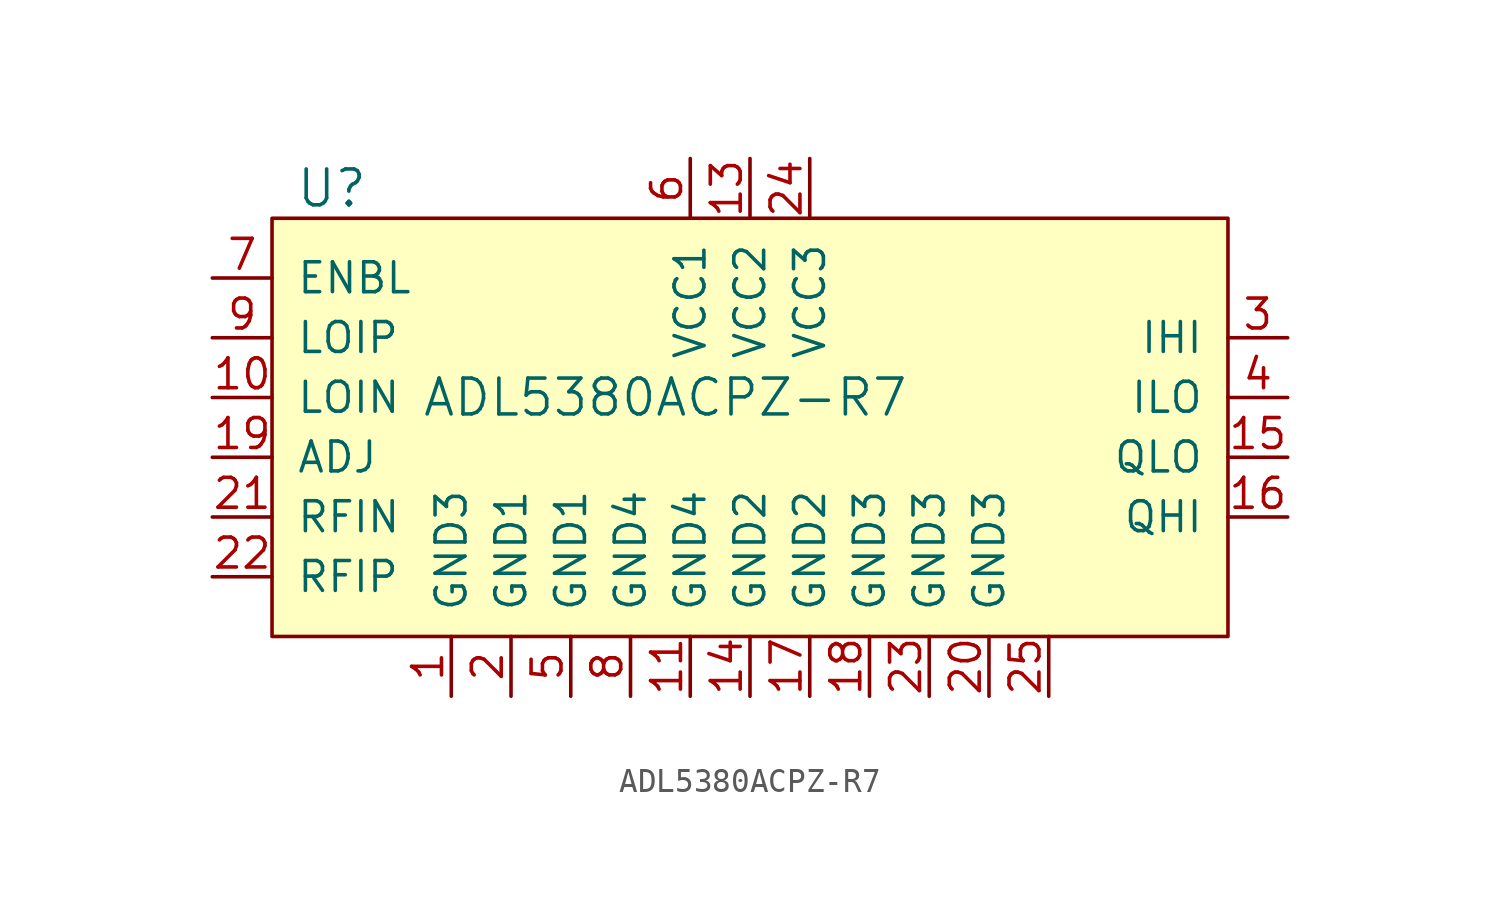
<source format=kicad_sym>
(kicad_symbol_lib
  (version 20201005)
  (generator kicad_symbol_editor)
  (symbol "ADL5380ACPZ-R7"
    (pin_names
      (offset 1.016))
    (property "Reference" "U"
      (at -17.78 8.89 0)
      (effects (font (size 1.524 1.524))))
    (property "Value" "ADL5380ACPZ-R7"
      (at -13.97 0 0)
      (effects (font (size 1.524 1.524)) (justify left)))
    (symbol "ADL5380ACPZ-R7_0_1"
      (rectangle (start -20.32 7.62) (end 20.32 -10.16) (stroke (width 0)) (fill (type background))))
    (symbol "ADL5380ACPZ-R7_1_1"
      (pin power_in line (at -12.7 -12.7 90) (length 2.54) (name "GND3" (effects (font (size 1.27 1.27)))) (number "1" (effects (font (size 1.27 1.27)))))
      (pin power_in line (at -10.16 -12.7 90) (length 2.54) (name "GND1" (effects (font (size 1.27 1.27)))) (number "2" (effects (font (size 1.27 1.27)))))
      (pin output line (at 22.86 2.54 180) (length 2.54) (name "IHI" (effects (font (size 1.27 1.27)))) (number "3" (effects (font (size 1.27 1.27)))))
      (pin output line (at 22.86 0 180) (length 2.54) (name "ILO" (effects (font (size 1.27 1.27)))) (number "4" (effects (font (size 1.27 1.27)))))
      (pin power_in line (at -7.62 -12.7 90) (length 2.54) (name "GND1" (effects (font (size 1.27 1.27)))) (number "5" (effects (font (size 1.27 1.27)))))
      (pin power_in line (at -2.54 10.16 270) (length 2.54) (name "VCC1" (effects (font (size 1.27 1.27)))) (number "6" (effects (font (size 1.27 1.27)))))
      (pin input line (at -22.86 5.08 0) (length 2.54) (name "ENBL" (effects (font (size 1.27 1.27)))) (number "7" (effects (font (size 1.27 1.27)))))
      (pin power_in line (at -5.08 -12.7 90) (length 2.54) (name "GND4" (effects (font (size 1.27 1.27)))) (number "8" (effects (font (size 1.27 1.27)))))
      (pin input line (at -22.86 2.54 0) (length 2.54) (name "LOIP" (effects (font (size 1.27 1.27)))) (number "9" (effects (font (size 1.27 1.27)))))
      (pin input line (at -22.86 0 0) (length 2.54) (name "LOIN" (effects (font (size 1.27 1.27)))) (number "10" (effects (font (size 1.27 1.27)))))
      (pin power_in line (at 10.16 -12.7 90) (length 2.54) (name "GND3" (effects (font (size 1.27 1.27)))) (number "20" (effects (font (size 1.27 1.27)))))
      (pin power_in line (at -2.54 -12.7 90) (length 2.54) (name "GND4" (effects (font (size 1.27 1.27)))) (number "11" (effects (font (size 1.27 1.27)))))
      (pin input line (at -22.86 -5.08 0) (length 2.54) (name "RFIN" (effects (font (size 1.27 1.27)))) (number "21" (effects (font (size 1.27 1.27)))))
      (pin no_connect line (at 5.08 7.62 270) (length 2.54) hide (name "NC" (effects (font (size 1.27 1.27)))) (number "12" (effects (font (size 1.27 1.27)))))
      (pin input line (at -22.86 -7.62 0) (length 2.54) (name "RFIP" (effects (font (size 1.27 1.27)))) (number "22" (effects (font (size 1.27 1.27)))))
      (pin power_in line (at 0 10.16 270) (length 2.54) (name "VCC2" (effects (font (size 1.27 1.27)))) (number "13" (effects (font (size 1.27 1.27)))))
      (pin power_in line (at 7.62 -12.7 90) (length 2.54) (name "GND3" (effects (font (size 1.27 1.27)))) (number "23" (effects (font (size 1.27 1.27)))))
      (pin power_in line (at 0 -12.7 90) (length 2.54) (name "GND2" (effects (font (size 1.27 1.27)))) (number "14" (effects (font (size 1.27 1.27)))))
      (pin power_in line (at 2.54 10.16 270) (length 2.54) (name "VCC3" (effects (font (size 1.27 1.27)))) (number "24" (effects (font (size 1.27 1.27)))))
      (pin output line (at 22.86 -2.54 180) (length 2.54) (name "QLO" (effects (font (size 1.27 1.27)))) (number "15" (effects (font (size 1.27 1.27)))))
      (pin unspecified line (at 12.7 -12.7 90) (length 2.54) (name "~" (effects (font (size 1.27 1.27)))) (number "25" (effects (font (size 1.27 1.27)))))
      (pin output line (at 22.86 -5.08 180) (length 2.54) (name "QHI" (effects (font (size 1.27 1.27)))) (number "16" (effects (font (size 1.27 1.27)))))
      (pin power_in line (at 2.54 -12.7 90) (length 2.54) (name "GND2" (effects (font (size 1.27 1.27)))) (number "17" (effects (font (size 1.27 1.27)))))
      (pin power_in line (at 5.08 -12.7 90) (length 2.54) (name "GND3" (effects (font (size 1.27 1.27)))) (number "18" (effects (font (size 1.27 1.27)))))
      (pin input line (at -22.86 -2.54 0) (length 2.54) (name "ADJ" (effects (font (size 1.27 1.27)))) (number "19" (effects (font (size 1.27 1.27))))))))
</source>
